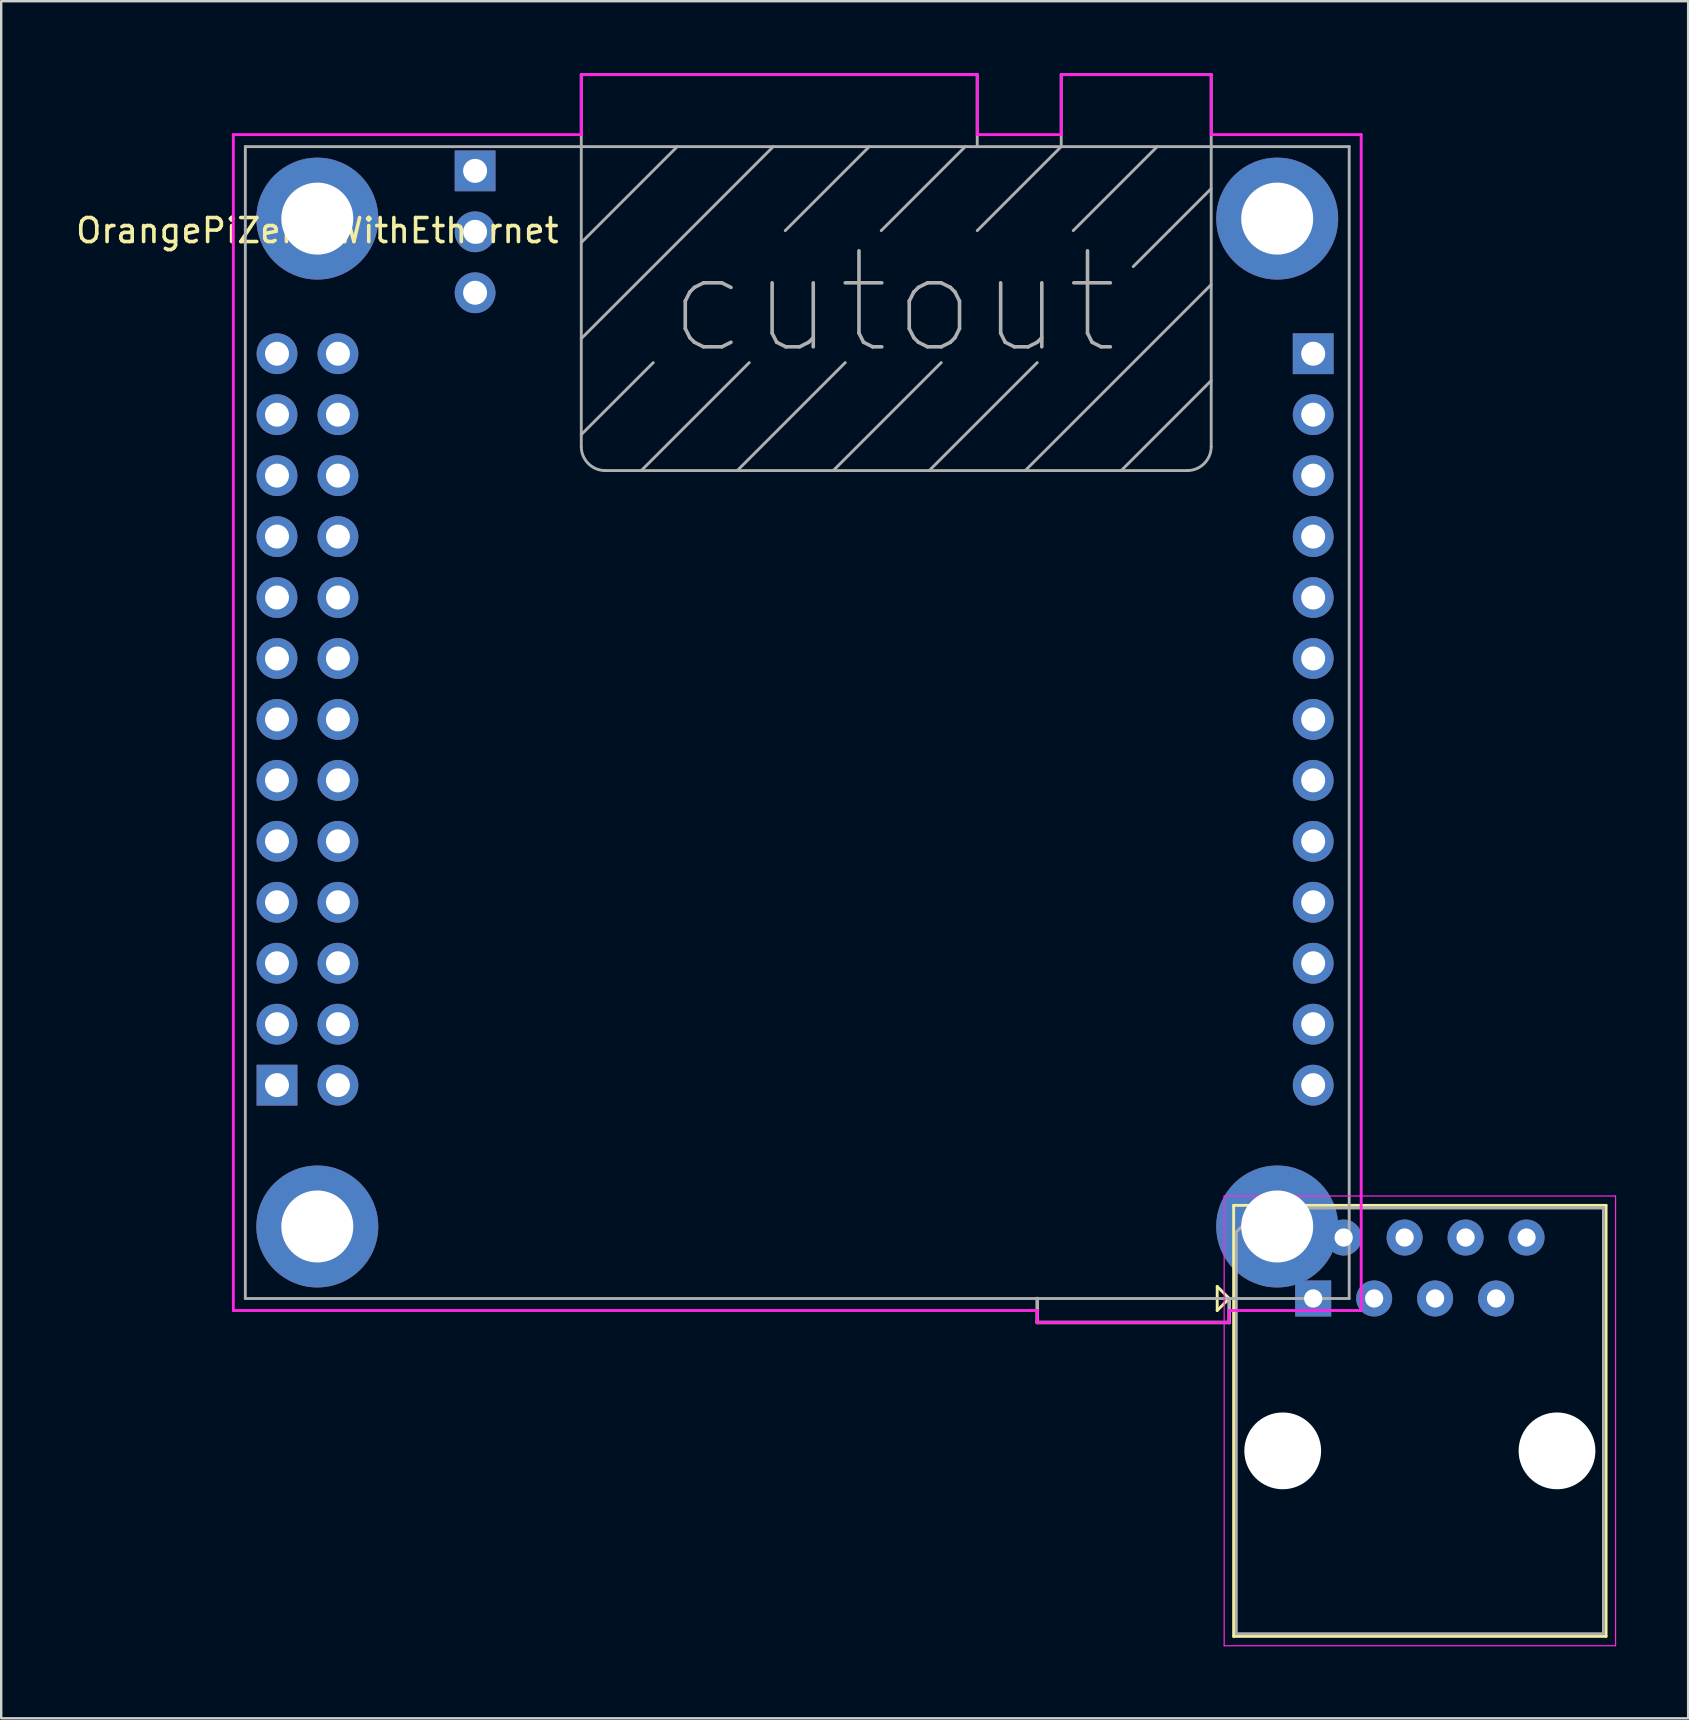
<source format=kicad_pcb>
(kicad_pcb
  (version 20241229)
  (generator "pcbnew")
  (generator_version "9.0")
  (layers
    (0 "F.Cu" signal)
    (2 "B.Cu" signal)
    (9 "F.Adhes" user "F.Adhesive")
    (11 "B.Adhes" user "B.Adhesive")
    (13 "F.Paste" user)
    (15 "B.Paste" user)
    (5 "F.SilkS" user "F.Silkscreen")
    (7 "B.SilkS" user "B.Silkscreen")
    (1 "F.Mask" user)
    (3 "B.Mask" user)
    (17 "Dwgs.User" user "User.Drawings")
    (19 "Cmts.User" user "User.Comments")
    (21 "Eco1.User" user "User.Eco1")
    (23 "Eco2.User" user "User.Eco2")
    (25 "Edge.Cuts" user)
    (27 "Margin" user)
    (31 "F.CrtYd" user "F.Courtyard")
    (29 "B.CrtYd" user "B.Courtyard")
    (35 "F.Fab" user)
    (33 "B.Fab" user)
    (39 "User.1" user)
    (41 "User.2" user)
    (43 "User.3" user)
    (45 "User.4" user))
  (footprint "OrangePiZero_WithEthernet"
    (layer "F.Cu")
    (at 51.673 51.06)
    (property "Reference" "OrangePiZero_WithEthernet" (at -41.5 -44.5 0) (layer "F.SilkS") (effects (font (size 1 1) (thickness 0.15))))
    (attr through_hole)
    (fp_line (start -4 -0.5) (end -4 0.5) (stroke (width 0.12) (type solid)) (layer "F.SilkS"))
    (fp_line (start -4 0.5) (end -3.5 0) (stroke (width 0.12) (type solid)) (layer "F.SilkS"))
    (fp_line (start -3.5 0) (end -4 -0.5) (stroke (width 0.12) (type solid)) (layer "F.SilkS"))
    (fp_line (start -3.315 -3.88) (end -3.315 14.08) (stroke (width 0.12) (type solid)) (layer "F.SilkS"))
    (fp_line (start -3.315 14.08) (end 12.205 14.08) (stroke (width 0.12) (type solid)) (layer "F.SilkS"))
    (fp_line (start 12.205 -3.88) (end -3.315 -3.88) (stroke (width 0.12) (type solid)) (layer "F.SilkS"))
    (fp_line (start 12.205 -3.88) (end 12.205 14.08) (stroke (width 0.12) (type solid)) (layer "F.SilkS"))
    (fp_line (start -45 -48.5) (end -45 0.5) (stroke (width 0.12) (type solid)) (layer "F.CrtYd"))
    (fp_line (start -45 0.5) (end -11.5 0.5) (stroke (width 0.12) (type solid)) (layer "F.CrtYd"))
    (fp_line (start -30.5 -51) (end -30.5 -48.5) (stroke (width 0.12) (type solid)) (layer "F.CrtYd"))
    (fp_line (start -30.5 -48.5) (end -45 -48.5) (stroke (width 0.12) (type solid)) (layer "F.CrtYd"))
    (fp_line (start -14 -51) (end -30.5 -51) (stroke (width 0.12) (type solid)) (layer "F.CrtYd"))
    (fp_line (start -14 -48.5) (end -14 -51) (stroke (width 0.12) (type solid)) (layer "F.CrtYd"))
    (fp_line (start -11.5 0.5) (end -11.5 1) (stroke (width 0.12) (type solid)) (layer "F.CrtYd"))
    (fp_line (start -11.5 1) (end -3.5 1) (stroke (width 0.12) (type solid)) (layer "F.CrtYd"))
    (fp_line (start -10.5 -51) (end -10.5 -48.5) (stroke (width 0.12) (type solid)) (layer "F.CrtYd"))
    (fp_line (start -10.5 -48.5) (end -14 -48.5) (stroke (width 0.12) (type solid)) (layer "F.CrtYd"))
    (fp_line (start -4.25 -51) (end -10.5 -51) (stroke (width 0.12) (type solid)) (layer "F.CrtYd"))
    (fp_line (start -4.25 -48.5) (end -4.25 -51) (stroke (width 0.12) (type solid)) (layer "F.CrtYd"))
    (fp_line (start -3.71 -4.27) (end -3.71 14.47) (stroke (width 0.05) (type solid)) (layer "F.CrtYd"))
    (fp_line (start -3.71 -4.27) (end 12.6 -4.27) (stroke (width 0.05) (type solid)) (layer "F.CrtYd"))
    (fp_line (start -3.5 0.5) (end 2 0.5) (stroke (width 0.12) (type solid)) (layer "F.CrtYd"))
    (fp_line (start -3.5 1) (end -3.5 0.5) (stroke (width 0.12) (type solid)) (layer "F.CrtYd"))
    (fp_line (start 2 -48.5) (end -4.25 -48.5) (stroke (width 0.12) (type solid)) (layer "F.CrtYd"))
    (fp_line (start 2 0.5) (end 2 -48.5) (stroke (width 0.12) (type solid)) (layer "F.CrtYd"))
    (fp_line (start 12.6 14.47) (end -3.71 14.47) (stroke (width 0.05) (type solid)) (layer "F.CrtYd"))
    (fp_line (start 12.6 14.47) (end 12.6 -4.27) (stroke (width 0.05) (type solid)) (layer "F.CrtYd"))
    (fp_line (start -44.5 -48) (end -44.5 0) (stroke (width 0.12) (type solid)) (layer "F.Fab"))
    (fp_line (start -44.5 0) (end 1.5 0) (stroke (width 0.12) (type solid)) (layer "F.Fab"))
    (fp_line (start -30.5 -51) (end -30.5 -48) (stroke (width 0.12) (type solid)) (layer "F.Fab"))
    (fp_line (start -30.5 -48) (end -30.5 -35.5) (stroke (width 0.12) (type solid)) (layer "F.Fab"))
    (fp_line (start -30.5 -44) (end -26.5 -48) (stroke (width 0.12) (type solid)) (layer "F.Fab"))
    (fp_line (start -30.5 -40) (end -22.5 -48) (stroke (width 0.12) (type solid)) (layer "F.Fab"))
    (fp_line (start -30.5 -36) (end -27.5 -39) (stroke (width 0.12) (type solid)) (layer "F.Fab"))
    (fp_line (start -28 -34.5) (end -23.5 -39) (stroke (width 0.12) (type solid)) (layer "F.Fab"))
    (fp_line (start -24 -34.5) (end -19.5 -39) (stroke (width 0.12) (type solid)) (layer "F.Fab"))
    (fp_line (start -20 -34.5) (end -15.5 -39) (stroke (width 0.12) (type solid)) (layer "F.Fab"))
    (fp_line (start -18.5 -48) (end -22 -44.5) (stroke (width 0.12) (type solid)) (layer "F.Fab"))
    (fp_line (start -16 -34.5) (end -11.5 -39) (stroke (width 0.12) (type solid)) (layer "F.Fab"))
    (fp_line (start -14.5 -48) (end -18 -44.5) (stroke (width 0.12) (type solid)) (layer "F.Fab"))
    (fp_line (start -14 -51) (end -30.5 -51) (stroke (width 0.12) (type solid)) (layer "F.Fab"))
    (fp_line (start -14 -51) (end -14 -48) (stroke (width 0.12) (type solid)) (layer "F.Fab"))
    (fp_line (start -11.5 1) (end -11.5 0) (stroke (width 0.15) (type solid)) (layer "F.Fab"))
    (fp_line (start -10.5 -51) (end -10.5 -48) (stroke (width 0.12) (type solid)) (layer "F.Fab"))
    (fp_line (start -10.5 -48) (end -14 -44.5) (stroke (width 0.12) (type solid)) (layer "F.Fab"))
    (fp_line (start -6.5 -48) (end -10 -44.5) (stroke (width 0.12) (type solid)) (layer "F.Fab"))
    (fp_line (start -6 -44.5) (end -7.5 -43) (stroke (width 0.12) (type solid)) (layer "F.Fab"))
    (fp_line (start -6 -44.5) (end -4.5 -46) (stroke (width 0.12) (type solid)) (layer "F.Fab"))
    (fp_line (start -5.25 -34.5) (end -29.5 -34.5) (stroke (width 0.12) (type solid)) (layer "F.Fab"))
    (fp_line (start -4.5 -46) (end -4.25 -46.25) (stroke (width 0.12) (type solid)) (layer "F.Fab"))
    (fp_line (start -4.5 -42) (end -12 -34.5) (stroke (width 0.12) (type solid)) (layer "F.Fab"))
    (fp_line (start -4.5 -42) (end -4.25 -42.25) (stroke (width 0.12) (type solid)) (layer "F.Fab"))
    (fp_line (start -4.5 -38) (end -8 -34.5) (stroke (width 0.12) (type solid)) (layer "F.Fab"))
    (fp_line (start -4.5 -38) (end -4.25 -38.25) (stroke (width 0.12) (type solid)) (layer "F.Fab"))
    (fp_line (start -4.25 -51) (end -10.5 -51) (stroke (width 0.12) (type solid)) (layer "F.Fab"))
    (fp_line (start -4.25 -51) (end -4.25 -48) (stroke (width 0.12) (type solid)) (layer "F.Fab"))
    (fp_line (start -4.25 -48) (end -4.25 -35.5) (stroke (width 0.12) (type solid)) (layer "F.Fab"))
    (fp_line (start -3.5 0) (end -3.5 1) (stroke (width 0.15) (type solid)) (layer "F.Fab"))
    (fp_line (start -3.5 1) (end -11.5 1) (stroke (width 0.15) (type solid)) (layer "F.Fab"))
    (fp_line (start -3.205 -2.77) (end -2.205 -3.77) (stroke (width 0.12) (type solid)) (layer "F.Fab"))
    (fp_line (start -3.205 13.97) (end -3.205 -2.77) (stroke (width 0.12) (type solid)) (layer "F.Fab"))
    (fp_line (start -2.205 -3.77) (end 12.095 -3.77) (stroke (width 0.12) (type solid)) (layer "F.Fab"))
    (fp_line (start 1.5 -48) (end -44.5 -48) (stroke (width 0.12) (type solid)) (layer "F.Fab"))
    (fp_line (start 1.5 0) (end 1.5 -48) (stroke (width 0.12) (type solid)) (layer "F.Fab"))
    (fp_line (start 12.095 -3.77) (end 12.095 13.97) (stroke (width 0.12) (type solid)) (layer "F.Fab"))
    (fp_line (start 12.095 13.97) (end -3.205 13.97) (stroke (width 0.12) (type solid)) (layer "F.Fab"))
    (fp_arc (start -29.5 -34.5) (mid -30.207107 -34.792893) (end -30.5 -35.5) (stroke (width 0.12) (type solid)) (layer "F.Fab"))
    (fp_arc (start -4.25 -35.5) (mid -4.542893 -34.792893) (end -5.25 -34.5) (stroke (width 0.12) (type solid)) (layer "F.Fab"))
    (fp_text user "cutout" (at -17.5 -41.5 0) (layer "F.Fab") (effects (font (size 4 4) (thickness 0.15))))
    (pad "" np_thru_hole circle (at -1.27 6.35) (size 3.2 3.2) (drill 3.2) (layers "*.Cu" "*.Mask"))
    (pad "" np_thru_hole circle (at 10.16 6.35) (size 3.2 3.2) (drill 3.2) (layers "*.Cu" "*.Mask"))
    (pad "1" thru_hole rect (at 0 0) (size 1.5 1.5) (drill 0.76) (layers "*.Cu" "*.Mask"))
    (pad "2" thru_hole circle (at 1.27 -2.54) (size 1.5 1.5) (drill 0.76) (layers "*.Cu" "*.Mask"))
    (pad "3" thru_hole circle (at 2.54 0) (size 1.5 1.5) (drill 0.76) (layers "*.Cu" "*.Mask"))
    (pad "4" thru_hole circle (at 3.81 -2.54) (size 1.5 1.5) (drill 0.76) (layers "*.Cu" "*.Mask"))
    (pad "5" thru_hole circle (at 5.08 0) (size 1.5 1.5) (drill 0.76) (layers "*.Cu" "*.Mask"))
    (pad "6" thru_hole circle (at 6.35 -2.54) (size 1.5 1.5) (drill 0.76) (layers "*.Cu" "*.Mask"))
    (pad "7" thru_hole circle (at 7.62 0) (size 1.5 1.5) (drill 0.76) (layers "*.Cu" "*.Mask"))
    (pad "8" thru_hole circle (at 8.89 -2.54) (size 1.5 1.5) (drill 0.76) (layers "*.Cu" "*.Mask"))
    (pad "A01" thru_hole rect (at -43.18 -8.89) (size 1.7 1.7) (drill 1) (layers "*.Cu" "*.Mask"))
    (pad "A02" thru_hole circle (at -40.64 -8.89) (size 1.7 1.7) (drill 1) (layers "*.Cu" "*.Mask"))
    (pad "A03" thru_hole circle (at -43.18 -11.43) (size 1.7 1.7) (drill 1) (layers "*.Cu" "*.Mask"))
    (pad "A04" thru_hole circle (at -40.64 -11.43) (size 1.7 1.7) (drill 1) (layers "*.Cu" "*.Mask"))
    (pad "A05" thru_hole circle (at -43.18 -13.97) (size 1.7 1.7) (drill 1) (layers "*.Cu" "*.Mask"))
    (pad "A06" thru_hole circle (at -40.64 -13.97) (size 1.7 1.7) (drill 1) (layers "*.Cu" "*.Mask"))
    (pad "A07" thru_hole circle (at -43.18 -16.51) (size 1.7 1.7) (drill 1) (layers "*.Cu" "*.Mask"))
    (pad "A08" thru_hole circle (at -40.64 -16.51) (size 1.7 1.7) (drill 1) (layers "*.Cu" "*.Mask"))
    (pad "A09" thru_hole circle (at -43.18 -19.05) (size 1.7 1.7) (drill 1) (layers "*.Cu" "*.Mask"))
    (pad "A10" thru_hole circle (at -40.64 -19.05) (size 1.7 1.7) (drill 1) (layers "*.Cu" "*.Mask"))
    (pad "A11" thru_hole circle (at -43.18 -21.59) (size 1.7 1.7) (drill 1) (layers "*.Cu" "*.Mask"))
    (pad "A12" thru_hole circle (at -40.64 -21.59) (size 1.7 1.7) (drill 1) (layers "*.Cu" "*.Mask"))
    (pad "A13" thru_hole circle (at -43.18 -24.13) (size 1.7 1.7) (drill 1) (layers "*.Cu" "*.Mask"))
    (pad "A14" thru_hole circle (at -40.64 -24.13) (size 1.7 1.7) (drill 1) (layers "*.Cu" "*.Mask"))
    (pad "A15" thru_hole circle (at -43.18 -26.67) (size 1.7 1.7) (drill 1) (layers "*.Cu" "*.Mask"))
    (pad "A16" thru_hole circle (at -40.64 -26.67) (size 1.7 1.7) (drill 1) (layers "*.Cu" "*.Mask"))
    (pad "A17" thru_hole circle (at -43.18 -29.21) (size 1.7 1.7) (drill 1) (layers "*.Cu" "*.Mask"))
    (pad "A18" thru_hole circle (at -40.64 -29.21) (size 1.7 1.7) (drill 1) (layers "*.Cu" "*.Mask"))
    (pad "A19" thru_hole circle (at -43.18 -31.75) (size 1.7 1.7) (drill 1) (layers "*.Cu" "*.Mask"))
    (pad "A20" thru_hole circle (at -40.64 -31.75) (size 1.7 1.7) (drill 1) (layers "*.Cu" "*.Mask"))
    (pad "A21" thru_hole circle (at -43.18 -34.29) (size 1.7 1.7) (drill 1) (layers "*.Cu" "*.Mask"))
    (pad "A22" thru_hole circle (at -40.64 -34.29) (size 1.7 1.7) (drill 1) (layers "*.Cu" "*.Mask"))
    (pad "A23" thru_hole circle (at -43.18 -36.83) (size 1.7 1.7) (drill 1) (layers "*.Cu" "*.Mask"))
    (pad "A24" thru_hole circle (at -40.64 -36.83) (size 1.7 1.7) (drill 1) (layers "*.Cu" "*.Mask"))
    (pad "A25" thru_hole circle (at -43.18 -39.37) (size 1.7 1.7) (drill 1) (layers "*.Cu" "*.Mask"))
    (pad "A26" thru_hole circle (at -40.64 -39.37) (size 1.7 1.7) (drill 1) (layers "*.Cu" "*.Mask"))
    (pad "B01" thru_hole rect (at 0 -39.37) (size 1.7 1.7) (drill 1) (layers "*.Cu" "*.Mask"))
    (pad "B02" thru_hole circle (at 0 -36.83) (size 1.7 1.7) (drill 1) (layers "*.Cu" "*.Mask"))
    (pad "B03" thru_hole circle (at 0 -34.29) (size 1.7 1.7) (drill 1) (layers "*.Cu" "*.Mask"))
    (pad "B04" thru_hole circle (at 0 -31.75) (size 1.7 1.7) (drill 1) (layers "*.Cu" "*.Mask"))
    (pad "B05" thru_hole circle (at 0 -29.21) (size 1.7 1.7) (drill 1) (layers "*.Cu" "*.Mask"))
    (pad "B06" thru_hole circle (at 0 -26.67) (size 1.7 1.7) (drill 1) (layers "*.Cu" "*.Mask"))
    (pad "B07" thru_hole circle (at 0 -24.13) (size 1.7 1.7) (drill 1) (layers "*.Cu" "*.Mask"))
    (pad "B08" thru_hole circle (at 0 -21.59) (size 1.7 1.7) (drill 1) (layers "*.Cu" "*.Mask"))
    (pad "B09" thru_hole circle (at 0 -19.05) (size 1.7 1.7) (drill 1) (layers "*.Cu" "*.Mask"))
    (pad "B10" thru_hole circle (at 0 -16.51) (size 1.7 1.7) (drill 1) (layers "*.Cu" "*.Mask"))
    (pad "B11" thru_hole circle (at 0 -13.97) (size 1.7 1.7) (drill 1) (layers "*.Cu" "*.Mask"))
    (pad "B12" thru_hole circle (at 0 -11.43) (size 1.7 1.7) (drill 1) (layers "*.Cu" "*.Mask"))
    (pad "B13" thru_hole circle (at 0 -8.89) (size 1.7 1.7) (drill 1) (layers "*.Cu" "*.Mask"))
    (pad "C1" thru_hole rect (at -34.925 -46.99) (size 1.7 1.7) (drill 1) (layers "*.Cu" "*.Mask"))
    (pad "C2" thru_hole circle (at -34.925 -44.45) (size 1.7 1.7) (drill 1) (layers "*.Cu" "*.Mask"))
    (pad "C3" thru_hole circle (at -34.925 -41.91) (size 1.7 1.7) (drill 1) (layers "*.Cu" "*.Mask"))
    (pad "D1" thru_hole circle (at -41.5 -45) (size 5.08 5.08) (drill 3) (layers "*.Cu" "*.Mask"))
    (pad "D2" thru_hole circle (at -1.5 -45) (size 5.08 5.08) (drill 3) (layers "*.Cu" "*.Mask"))
    (pad "D3" thru_hole circle (at -41.5 -3) (size 5.08 5.08) (drill 3) (layers "*.Cu" "*.Mask"))
    (pad "D4" thru_hole circle (at -1.5 -3) (size 5.08 5.08) (drill 3) (layers "*.Cu" "*.Mask")))
  (gr_rect
    (start -3 -3)
    (end 67.298 68.555)
    (stroke (width 0.1) (type default))
    (fill no)
    (layer "Edge.Cuts")))
</source>
